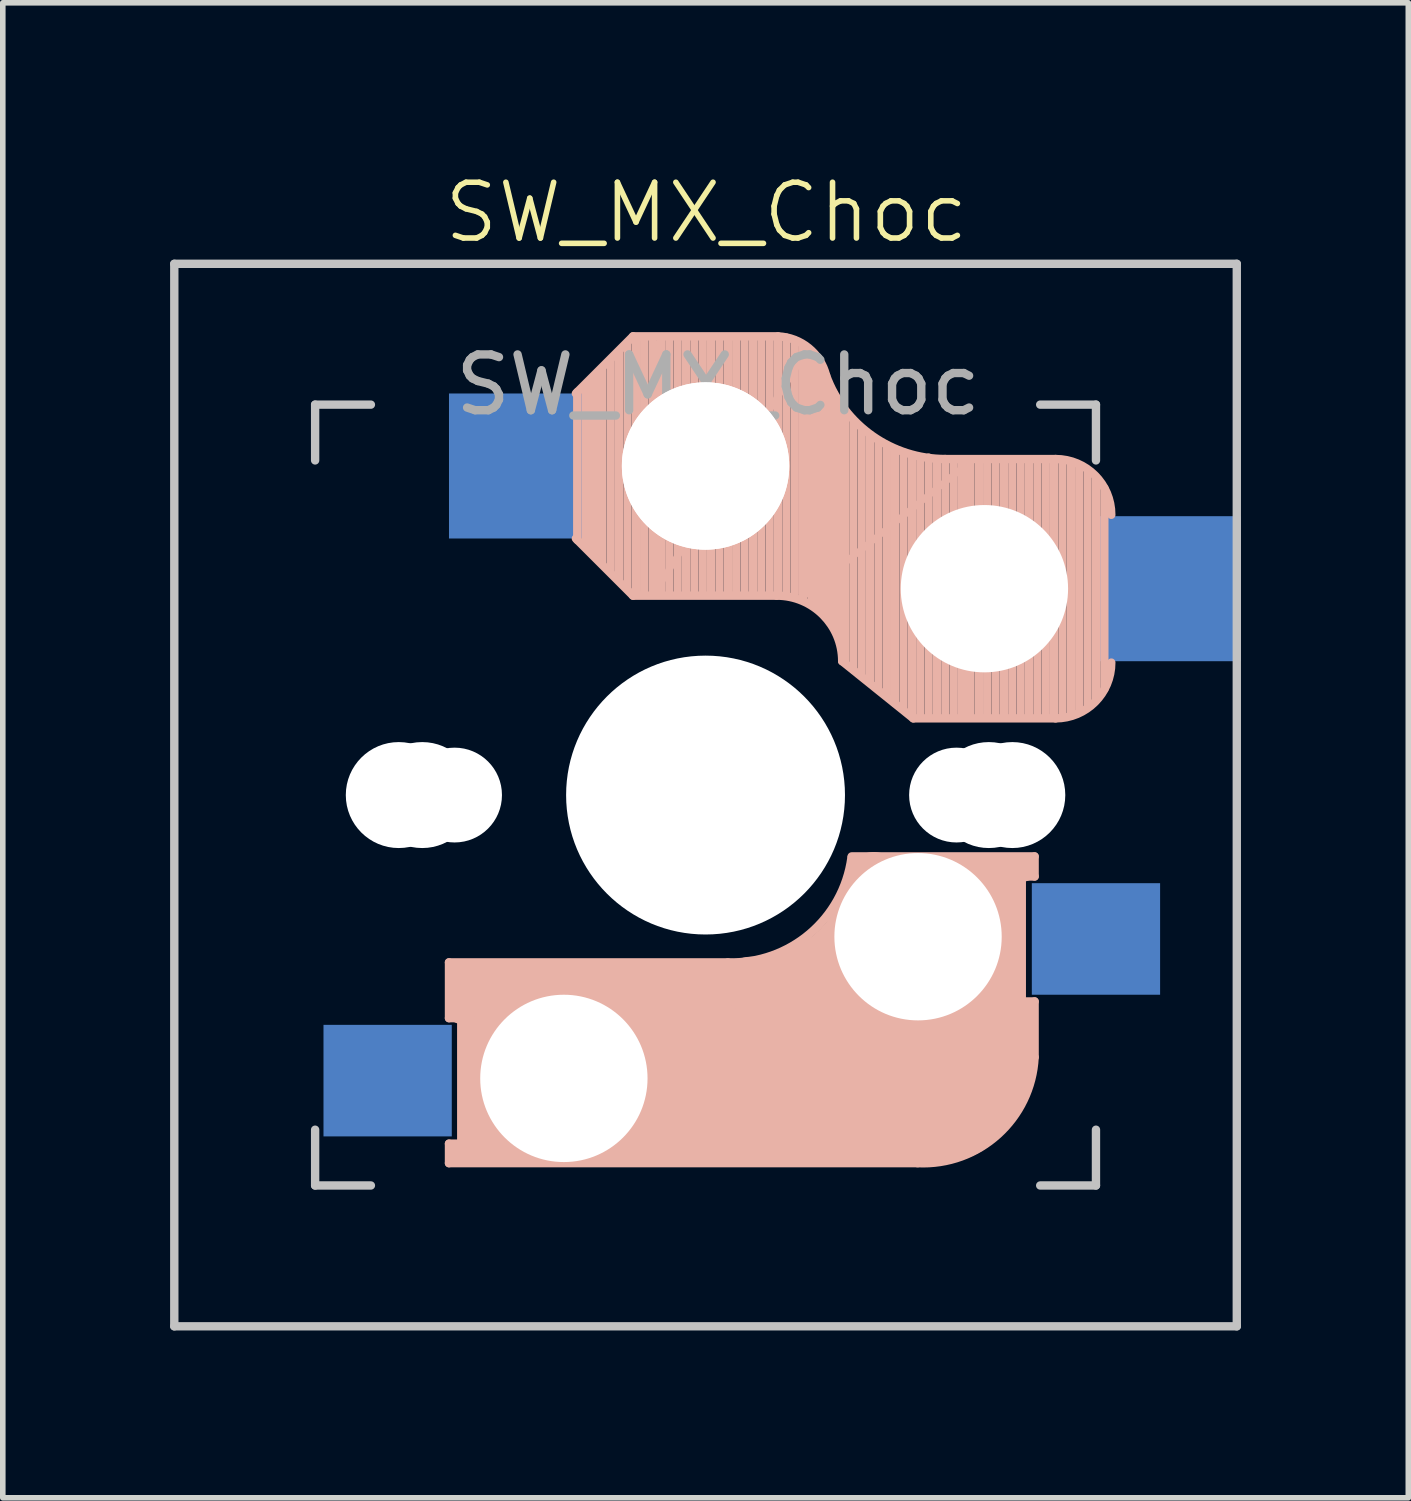
<source format=kicad_pcb>
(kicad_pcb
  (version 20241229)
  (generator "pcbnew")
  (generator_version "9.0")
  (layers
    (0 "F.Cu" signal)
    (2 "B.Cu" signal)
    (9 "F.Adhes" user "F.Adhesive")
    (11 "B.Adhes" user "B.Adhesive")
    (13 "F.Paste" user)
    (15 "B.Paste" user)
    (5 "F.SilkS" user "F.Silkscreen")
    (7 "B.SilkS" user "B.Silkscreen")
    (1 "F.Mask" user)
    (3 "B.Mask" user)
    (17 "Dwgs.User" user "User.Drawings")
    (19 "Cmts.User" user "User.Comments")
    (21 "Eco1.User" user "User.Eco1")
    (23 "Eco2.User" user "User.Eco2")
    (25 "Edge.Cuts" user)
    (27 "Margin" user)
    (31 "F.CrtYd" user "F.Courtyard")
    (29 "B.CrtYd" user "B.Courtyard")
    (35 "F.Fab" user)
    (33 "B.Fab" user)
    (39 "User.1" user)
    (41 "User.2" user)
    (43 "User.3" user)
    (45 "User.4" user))
  (footprint "SW_MX_Choc"
    (layer "F.Cu")
    (at 9.6 11.23)
    (property "Reference" "SW_MX_Choc" (at 0.015 -10.47 0) (unlocked yes) (layer "F.SilkS") (effects (font (size 1 1) (thickness 0.1))))
    (attr smd)
    (fp_line (start -4.6 2.975) (end -4.6 3.975) (stroke (width 0.15) (type solid)) (layer "B.SilkS"))
    (fp_line (start -4.6 3.975) (end -4.4 3.975) (stroke (width 0.15) (type solid)) (layer "B.SilkS"))
    (fp_line (start -4.6 6.225) (end -4.6 6.575) (stroke (width 0.15) (type solid)) (layer "B.SilkS"))
    (fp_line (start -4.6 6.575) (end 3.8 6.575) (stroke (width 0.15) (type solid)) (layer "B.SilkS"))
    (fp_line (start -4.4 3.875) (end -4.4 3.175) (stroke (width 0.4) (type solid)) (layer "B.SilkS"))
    (fp_line (start -4.4 6.225) (end -4.6 6.225) (stroke (width 0.15) (type solid)) (layer "B.SilkS"))
    (fp_line (start -4.4 6.375) (end -3 6.375) (stroke (width 0.4) (type solid)) (layer "B.SilkS"))
    (fp_line (start -4.38 3.975) (end -4.38 6.225) (stroke (width 0.15) (type solid)) (layer "B.SilkS"))
    (fp_line (start -4.3 3.275) (end -2.9 3.275) (stroke (width 0.5) (type solid)) (layer "B.SilkS"))
    (fp_line (start -3.9 5.975) (end -3.9 3.475) (stroke (width 1) (type solid)) (layer "B.SilkS"))
    (fp_line (start -2.6 4.775) (end 4.1 4.775) (stroke (width 3.5) (type solid)) (layer "B.SilkS"))
    (fp_line (start -2.3 -4.6) (end -2.3 -7.25) (stroke (width 0.15) (type solid)) (layer "B.SilkS"))
    (fp_line (start -2.15 -7.375) (end -2.15 -4.475) (stroke (width 0.15) (type solid)) (layer "B.SilkS"))
    (fp_line (start -2.05 -7.475) (end -2.05 -4.375) (stroke (width 0.15) (type solid)) (layer "B.SilkS"))
    (fp_line (start -1.95 -7.575) (end -1.95 -4.275) (stroke (width 0.15) (type solid)) (layer "B.SilkS"))
    (fp_line (start -1.85 -7.675) (end -1.85 -4.175) (stroke (width 0.15) (type solid)) (layer "B.SilkS"))
    (fp_line (start -1.7 -7.825) (end -1.7 -4.025) (stroke (width 0.15) (type solid)) (layer "B.SilkS"))
    (fp_line (start -1.55 -7.975) (end -1.55 -3.875) (stroke (width 0.15) (type solid)) (layer "B.SilkS"))
    (fp_line (start -1.4 -8.125) (end -1.4 -3.725) (stroke (width 0.15) (type solid)) (layer "B.SilkS"))
    (fp_line (start -1.3 -8.25) (end -2.325 -7.225) (stroke (width 0.15) (type solid)) (layer "B.SilkS"))
    (fp_line (start -1.3 -8.25) (end 1.3 -8.25) (stroke (width 0.15) (type solid)) (layer "B.SilkS"))
    (fp_line (start -1.3 -3.6) (end -2.325 -4.625) (stroke (width 0.15) (type solid)) (layer "B.SilkS"))
    (fp_line (start -1.3 -3.6) (end 1.275 -3.6) (stroke (width 0.15) (type solid)) (layer "B.SilkS"))
    (fp_line (start -1.25 -8.225) (end -1.25 -3.625) (stroke (width 0.15) (type solid)) (layer "B.SilkS"))
    (fp_line (start -1.1 -8.225) (end -1.1 -3.625) (stroke (width 0.15) (type solid)) (layer "B.SilkS"))
    (fp_line (start -0.95 -8.225) (end -0.95 -3.625) (stroke (width 0.15) (type solid)) (layer "B.SilkS"))
    (fp_line (start -0.9 -8.125) (end -0.9 -3.675) (stroke (width 0.12) (type solid)) (layer "B.SilkS"))
    (fp_line (start -0.9 -3.675) (end 1.8 -7.975) (stroke (width 0.12) (type solid)) (layer "B.SilkS"))
    (fp_line (start -0.8 -8.225) (end -0.8 -3.625) (stroke (width 0.15) (type solid)) (layer "B.SilkS"))
    (fp_line (start -0.65 -8.225) (end -0.65 -3.625) (stroke (width 0.15) (type solid)) (layer "B.SilkS"))
    (fp_line (start -0.5 -8.225) (end -0.5 -3.625) (stroke (width 0.15) (type solid)) (layer "B.SilkS"))
    (fp_line (start -0.35 -8.225) (end -0.35 -3.625) (stroke (width 0.15) (type solid)) (layer "B.SilkS"))
    (fp_line (start -0.2 -8.225) (end -0.2 -3.625) (stroke (width 0.15) (type solid)) (layer "B.SilkS"))
    (fp_line (start -0.05 -8.225) (end -0.05 -3.625) (stroke (width 0.15) (type solid)) (layer "B.SilkS"))
    (fp_line (start 0.1 -8.225) (end 0.1 -3.625) (stroke (width 0.15) (type solid)) (layer "B.SilkS"))
    (fp_line (start 0.25 -8.225) (end 0.25 -3.625) (stroke (width 0.15) (type solid)) (layer "B.SilkS"))
    (fp_line (start 0.4 -8.225) (end 0.4 -3.625) (stroke (width 0.15) (type solid)) (layer "B.SilkS"))
    (fp_line (start 0.4 2.975) (end -4.6 2.975) (stroke (width 0.15) (type solid)) (layer "B.SilkS"))
    (fp_line (start 0.55 -8.225) (end 0.55 -3.625) (stroke (width 0.15) (type solid)) (layer "B.SilkS"))
    (fp_line (start 0.7 -8.225) (end 0.7 -3.625) (stroke (width 0.15) (type solid)) (layer "B.SilkS"))
    (fp_line (start 0.85 -8.225) (end 0.85 -3.625) (stroke (width 0.15) (type solid)) (layer "B.SilkS"))
    (fp_line (start 1 -8.225) (end 1 -3.625) (stroke (width 0.15) (type solid)) (layer "B.SilkS"))
    (fp_line (start 1.15 -8.225) (end 1.15 -3.675) (stroke (width 0.15) (type solid)) (layer "B.SilkS"))
    (fp_line (start 1.3 -8.225) (end 1.3 -3.625) (stroke (width 0.15) (type solid)) (layer "B.SilkS"))
    (fp_line (start 1.45 -8.225) (end 1.45 -3.625) (stroke (width 0.15) (type solid)) (layer "B.SilkS"))
    (fp_line (start 1.6 -8.175) (end 1.6 -3.625) (stroke (width 0.15) (type solid)) (layer "B.SilkS"))
    (fp_line (start 1.75 -8.075) (end 1.75 -3.525) (stroke (width 0.15) (type solid)) (layer "B.SilkS"))
    (fp_line (start 1.8 -7.975) (end 1.8 -3.625) (stroke (width 0.12) (type solid)) (layer "B.SilkS"))
    (fp_line (start 1.8 -3.625) (end 4.65 -5.925) (stroke (width 0.12) (type solid)) (layer "B.SilkS"))
    (fp_line (start 1.9 -7.975) (end 1.9 -3.475) (stroke (width 0.15) (type solid)) (layer "B.SilkS"))
    (fp_line (start 2 -7.825) (end 2 -3.425) (stroke (width 0.15) (type solid)) (layer "B.SilkS"))
    (fp_line (start 2.1 -7.575) (end 2.1 -3.375) (stroke (width 0.15) (type solid)) (layer "B.SilkS"))
    (fp_line (start 2.2 -7.425) (end 2.2 -3.275) (stroke (width 0.15) (type solid)) (layer "B.SilkS"))
    (fp_line (start 2.3 -7.225) (end 2.3 -3.075) (stroke (width 0.15) (type solid)) (layer "B.SilkS"))
    (fp_line (start 2.4 -7.075) (end 2.4 -2.925) (stroke (width 0.15) (type solid)) (layer "B.SilkS"))
    (fp_line (start 2.5 -6.875) (end 2.5 -2.425) (stroke (width 0.15) (type solid)) (layer "B.SilkS"))
    (fp_line (start 2.65 -6.725) (end 2.65 -2.275) (stroke (width 0.15) (type solid)) (layer "B.SilkS"))
    (fp_line (start 2.8 -6.575) (end 2.8 -2.175) (stroke (width 0.15) (type solid)) (layer "B.SilkS"))
    (fp_line (start 2.95 -6.475) (end 2.95 -2.075) (stroke (width 0.15) (type solid)) (layer "B.SilkS"))
    (fp_line (start 3.1 -6.375) (end 3.1 -1.925) (stroke (width 0.15) (type solid)) (layer "B.SilkS"))
    (fp_line (start 3.25 -6.275) (end 3.25 -1.825) (stroke (width 0.15) (type solid)) (layer "B.SilkS"))
    (fp_line (start 3.4 -6.225) (end 3.4 -1.675) (stroke (width 0.15) (type solid)) (layer "B.SilkS"))
    (fp_line (start 3.55 -6.125) (end 3.55 -1.575) (stroke (width 0.15) (type solid)) (layer "B.SilkS"))
    (fp_line (start 3.7 -6.075) (end 3.7 -1.475) (stroke (width 0.15) (type solid)) (layer "B.SilkS"))
    (fp_line (start 3.725 -1.4) (end 2.45 -2.425) (stroke (width 0.15) (type solid)) (layer "B.SilkS"))
    (fp_line (start 3.725 -1.4) (end 6.275 -1.4) (stroke (width 0.15) (type solid)) (layer "B.SilkS"))
    (fp_line (start 3.85 -6.075) (end 3.85 -1.425) (stroke (width 0.15) (type solid)) (layer "B.SilkS"))
    (fp_line (start 4 -6.075) (end 4 -1.425) (stroke (width 0.15) (type solid)) (layer "B.SilkS"))
    (fp_line (start 4.15 -6.025) (end 4.15 -1.475) (stroke (width 0.15) (type solid)) (layer "B.SilkS"))
    (fp_line (start 4.17 5.075) (end 4.17 2.835) (stroke (width 3) (type solid)) (layer "B.SilkS"))
    (fp_line (start 4.3 -6.05) (end 6.275 -6.05) (stroke (width 0.15) (type solid)) (layer "B.SilkS"))
    (fp_line (start 4.3 -6.025) (end 4.3 -1.425) (stroke (width 0.15) (type solid)) (layer "B.SilkS"))
    (fp_line (start 4.45 -6.025) (end 4.45 -1.425) (stroke (width 0.15) (type solid)) (layer "B.SilkS"))
    (fp_line (start 4.6 -6.025) (end 4.6 -1.425) (stroke (width 0.15) (type solid)) (layer "B.SilkS"))
    (fp_line (start 4.65 -5.925) (end 4.65 -1.425) (stroke (width 0.12) (type solid)) (layer "B.SilkS"))
    (fp_line (start 4.75 -6.025) (end 4.75 -1.425) (stroke (width 0.15) (type solid)) (layer "B.SilkS"))
    (fp_line (start 4.9 -6.025) (end 4.9 -1.425) (stroke (width 0.15) (type solid)) (layer "B.SilkS"))
    (fp_line (start 5.05 -6.025) (end 5.05 -1.425) (stroke (width 0.15) (type solid)) (layer "B.SilkS"))
    (fp_line (start 5.2 -6.025) (end 5.2 -1.425) (stroke (width 0.15) (type solid)) (layer "B.SilkS"))
    (fp_line (start 5.3 1.575) (end 5.3 3.375) (stroke (width 0.8) (type solid)) (layer "B.SilkS"))
    (fp_line (start 5.35 -6.025) (end 5.35 -1.425) (stroke (width 0.15) (type solid)) (layer "B.SilkS"))
    (fp_line (start 5.5 -6.025) (end 5.5 -1.425) (stroke (width 0.15) (type solid)) (layer "B.SilkS"))
    (fp_line (start 5.65 -6.025) (end 5.65 -1.425) (stroke (width 0.15) (type solid)) (layer "B.SilkS"))
    (fp_line (start 5.67 3.675) (end 5.67 1.435) (stroke (width 0.15) (type solid)) (layer "B.SilkS"))
    (fp_line (start 5.7 1.435) (end 5.9 1.435) (stroke (width 0.15) (type solid)) (layer "B.SilkS"))
    (fp_line (start 5.7 1.275) (end 3 1.275) (stroke (width 0.5) (type solid)) (layer "B.SilkS"))
    (fp_line (start 5.8 -6.025) (end 5.8 -1.425) (stroke (width 0.15) (type solid)) (layer "B.SilkS"))
    (fp_line (start 5.8 3.775) (end 5.8 4.675) (stroke (width 0.3) (type solid)) (layer "B.SilkS"))
    (fp_line (start 5.9 1.075) (end 2.62 1.075) (stroke (width 0.15) (type solid)) (layer "B.SilkS"))
    (fp_line (start 5.9 1.075) (end 5.9 1.435) (stroke (width 0.15) (type solid)) (layer "B.SilkS"))
    (fp_line (start 5.9 3.675) (end 5.7 3.675) (stroke (width 0.15) (type solid)) (layer "B.SilkS"))
    (fp_line (start 5.9 4.675) (end 5.9 3.675) (stroke (width 0.15) (type solid)) (layer "B.SilkS"))
    (fp_line (start 5.95 -6.025) (end 5.95 -1.425) (stroke (width 0.15) (type solid)) (layer "B.SilkS"))
    (fp_line (start 6.1 -6.025) (end 6.1 -1.425) (stroke (width 0.15) (type solid)) (layer "B.SilkS"))
    (fp_line (start 6.25 -6.025) (end 6.25 -1.425) (stroke (width 0.15) (type solid)) (layer "B.SilkS"))
    (fp_line (start 6.4 -6.025) (end 6.4 -1.475) (stroke (width 0.15) (type solid)) (layer "B.SilkS"))
    (fp_line (start 6.55 -5.975) (end 6.55 -1.475) (stroke (width 0.15) (type solid)) (layer "B.SilkS"))
    (fp_line (start 6.7 -5.925) (end 6.7 -1.525) (stroke (width 0.15) (type solid)) (layer "B.SilkS"))
    (fp_line (start 6.85 -5.825) (end 6.85 -1.625) (stroke (width 0.15) (type solid)) (layer "B.SilkS"))
    (fp_line (start 7 -5.725) (end 7 -1.725) (stroke (width 0.15) (type solid)) (layer "B.SilkS"))
    (fp_line (start 7.15 -5.525) (end 7.15 -1.925) (stroke (width 0.15) (type solid)) (layer "B.SilkS"))
    (fp_arc (start 1.275 -3.6) (mid 2.10585 -3.25585) (end 2.45 -2.425) (stroke (width 0.15) (type solid)) (layer "B.SilkS"))
    (fp_arc (start 1.300995 -8.248791) (mid 1.848286 -8.041021) (end 2.162199 -7.546904) (stroke (width 0.15) (type solid)) (layer "B.SilkS"))
    (fp_arc (start 2.616318 1.096472) (mid 1.868709 2.461118) (end 0.4 2.975) (stroke (width 0.15) (type solid)) (layer "B.SilkS"))
    (fp_arc (start 3.016318 1.496471) (mid 2.268709 2.861118) (end 0.8 3.375) (stroke (width 1) (type solid)) (layer "B.SilkS"))
    (fp_arc (start 4.3 -6.05) (mid 2.995114 -6.461429) (end 2.162199 -7.546904) (stroke (width 0.15) (type solid)) (layer "B.SilkS"))
    (fp_arc (start 5.9 4.674999) (mid 5.243504 6.059924) (end 3.800001 6.575) (stroke (width 0.15) (type solid)) (layer "B.SilkS"))
    (fp_arc (start 6.275 -6.05) (mid 6.982107 -5.757107) (end 7.275 -5.05) (stroke (width 0.15) (type solid)) (layer "B.SilkS"))
    (fp_arc (start 7.275 -2.4) (mid 6.982107 -1.692893) (end 6.275 -1.4) (stroke (width 0.15) (type solid)) (layer "B.SilkS"))
    (fp_line (start -9.525 -9.55) (end 9.525 -9.55) (stroke (width 0.15) (type solid)) (layer "Dwgs.User"))
    (fp_line (start -9.525 9.5) (end -9.525 -9.55) (stroke (width 0.15) (type solid)) (layer "Dwgs.User"))
    (fp_line (start -7 -7.025) (end -7 -6.025) (stroke (width 0.15) (type solid)) (layer "Dwgs.User"))
    (fp_line (start -7 5.975) (end -7 6.975) (stroke (width 0.15) (type solid)) (layer "Dwgs.User"))
    (fp_line (start -7 6.975) (end -6 6.975) (stroke (width 0.15) (type solid)) (layer "Dwgs.User"))
    (fp_line (start -6 -7.025) (end -7 -7.025) (stroke (width 0.15) (type solid)) (layer "Dwgs.User"))
    (fp_line (start 6 -7.025) (end 7 -7.025) (stroke (width 0.15) (type solid)) (layer "Dwgs.User"))
    (fp_line (start 7 -7.025) (end 7 -6.025) (stroke (width 0.15) (type solid)) (layer "Dwgs.User"))
    (fp_line (start 7 5.975) (end 7 6.975) (stroke (width 0.15) (type solid)) (layer "Dwgs.User"))
    (fp_line (start 7 6.975) (end 6 6.975) (stroke (width 0.15) (type solid)) (layer "Dwgs.User"))
    (fp_line (start 9.525 -9.55) (end 9.525 9.5) (stroke (width 0.15) (type solid)) (layer "Dwgs.User"))
    (fp_line (start 9.525 9.5) (end -9.525 9.5) (stroke (width 0.15) (type solid)) (layer "Dwgs.User"))
    (fp_text user "${REFERENCE}" (at 0.225 -7.38 0) (unlocked yes) (layer "F.Fab") (effects (font (size 1 1) (thickness 0.15))))
    (pad "" np_thru_hole circle (at -5.5 -0.025 270) (size 1.9 1.9) (drill 1.9) (layers "*.Cu"))
    (pad "" np_thru_hole circle (at -5.08 -0.025 180) (size 1.9 1.9) (drill 1.9) (layers "*.Cu" "*.Mask"))
    (pad "" np_thru_hole circle (at -4.5 -0.025 180) (size 1.7 1.7) (drill 1.7) (layers "*.Cu" "*.Mask"))
    (pad "" np_thru_hole circle (at -2.54 5.055) (size 3 3) (drill 3) (layers "*.Cu" "*.Mask"))
    (pad "" np_thru_hole circle (at 0 -5.925 270) (size 3 3) (drill 3) (layers "*.Cu" "*.Mask"))
    (pad "" np_thru_hole circle (at 0 -5.925 270) (size 3 3) (drill 3) (layers "*.Cu" "*.Mask"))
    (pad "" np_thru_hole circle (at 0 -0.025 270) (size 4.1 4.1) (drill 4.1) (layers "*.Cu" "*.Mask"))
    (pad "" np_thru_hole circle (at 0 -0.025 270) (size 5 5) (drill 5) (layers "*.Cu"))
    (pad "" np_thru_hole circle (at 3.81 2.515) (size 3 3) (drill 3) (layers "*.Cu" "*.Mask"))
    (pad "" np_thru_hole circle (at 4.5 -0.025 180) (size 1.7 1.7) (drill 1.7) (layers "*.Cu" "*.Mask"))
    (pad "" np_thru_hole circle (at 5 -3.725 270) (size 3 3) (drill 3) (layers "*.Cu" "*.Mask"))
    (pad "" np_thru_hole circle (at 5.08 -0.025 180) (size 1.9 1.9) (drill 1.9) (layers "*.Cu" "*.Mask"))
    (pad "" np_thru_hole circle (at 5.5 -0.025 270) (size 1.9 1.9) (drill 1.9) (layers "*.Cu"))
    (pad "1" smd rect (at 7 2.555) (size 2.3 2) (layers "B.Cu" "B.Mask" "B.Paste"))
    (pad "1" smd rect (at 8.3 -3.725) (size 2.6 2.6) (layers "B.Cu" "B.Mask" "B.Paste"))
    (pad "2" smd rect (at -5.7 5.095) (size 2.3 2) (layers "B.Cu" "B.Mask" "B.Paste"))
    (pad "2" smd rect (at -3.3 -5.925) (size 2.6 2.6) (layers "B.Cu" "B.Mask" "B.Paste")))
  (gr_rect
    (start -3 -3)
    (end 22.2 23.805)
    (stroke (width 0.1) (type default))
    (fill no)
    (layer "Edge.Cuts")))
</source>
